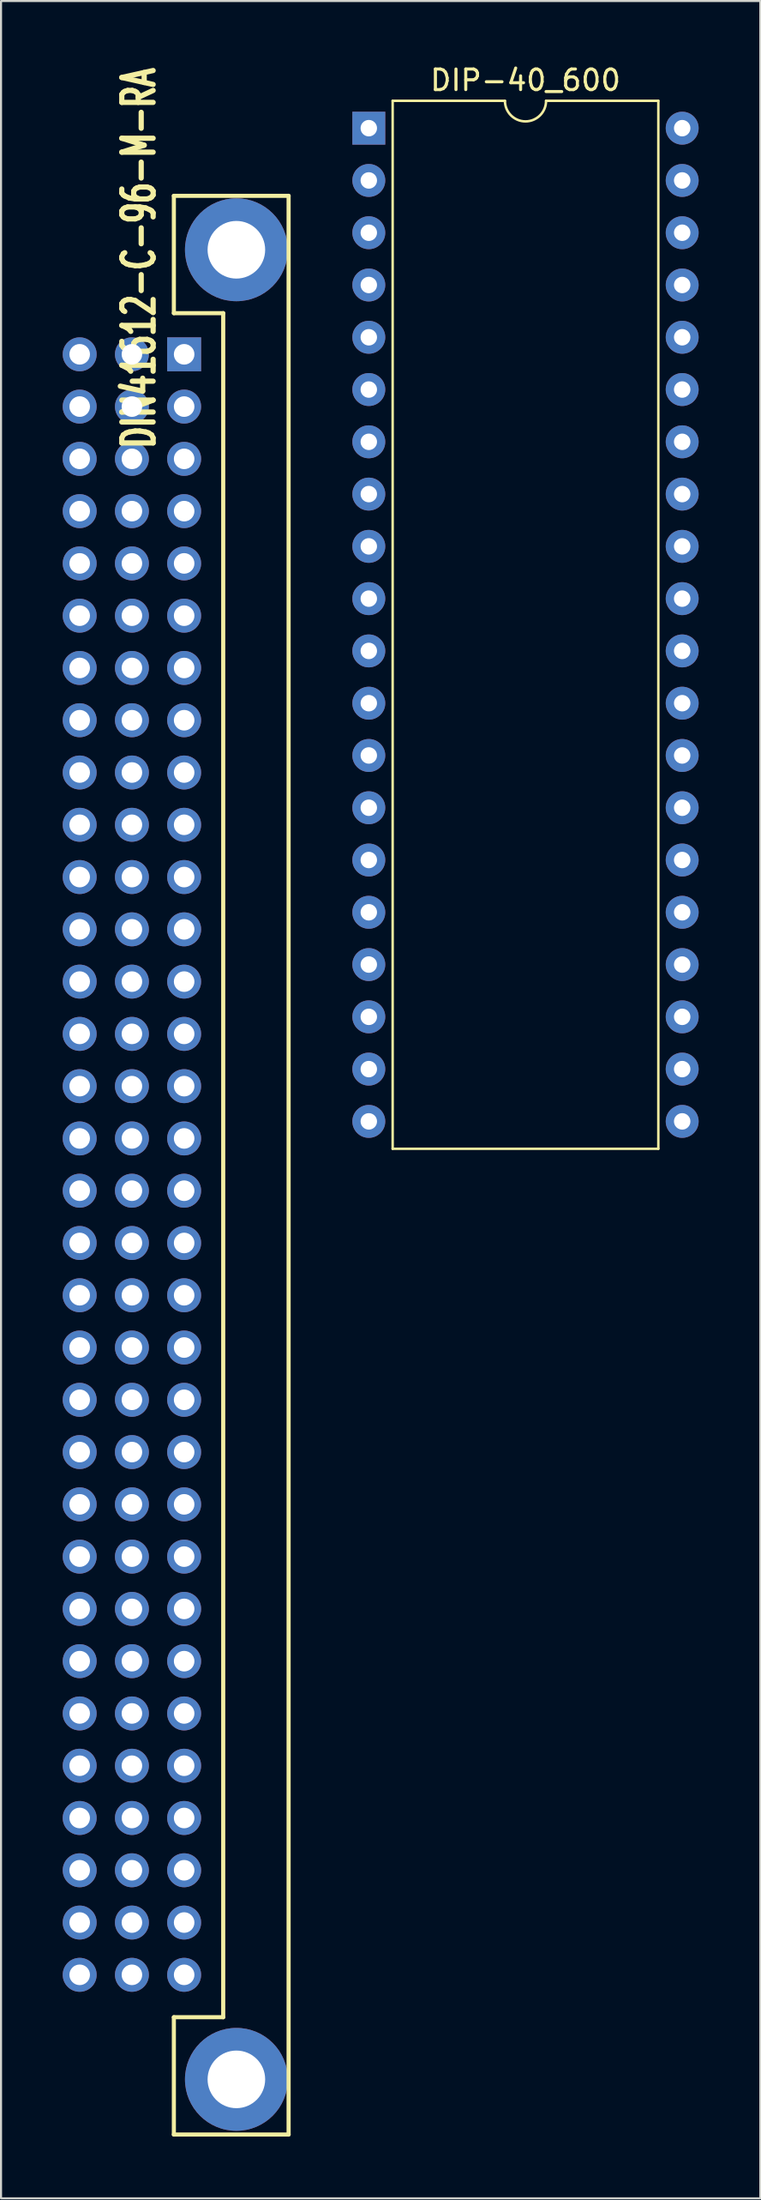
<source format=kicad_pcb>
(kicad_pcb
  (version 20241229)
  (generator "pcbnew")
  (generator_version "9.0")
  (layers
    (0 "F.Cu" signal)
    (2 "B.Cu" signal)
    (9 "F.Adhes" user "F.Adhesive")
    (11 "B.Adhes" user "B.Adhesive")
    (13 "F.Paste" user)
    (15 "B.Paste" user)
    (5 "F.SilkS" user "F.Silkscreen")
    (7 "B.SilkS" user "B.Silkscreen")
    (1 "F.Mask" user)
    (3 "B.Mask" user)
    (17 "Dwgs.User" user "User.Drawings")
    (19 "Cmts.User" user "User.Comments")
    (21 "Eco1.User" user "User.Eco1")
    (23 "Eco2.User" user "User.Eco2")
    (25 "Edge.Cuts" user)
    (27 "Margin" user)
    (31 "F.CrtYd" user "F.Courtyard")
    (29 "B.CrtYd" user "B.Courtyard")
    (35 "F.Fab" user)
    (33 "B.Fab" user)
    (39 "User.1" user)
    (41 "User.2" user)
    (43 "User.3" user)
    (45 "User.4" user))
  (footprint "DIN41612-C-96-M-RA"
    (layer "F.Cu")
    (at 5.905 14.166)
    (property "Reference" "DIN41612-C-96-M-RA" (at -2.2 -4.67 90) (layer "F.SilkS") (effects (font (size 1.524 1.016) (thickness 0.254))))
    (attr through_hole)
    (fp_line (start -0.5 -7.7) (end -0.5 -2) (stroke (width 0.2) (type solid)) (layer "F.SilkS"))
    (fp_line (start -0.5 -7.7) (end 5.08 -7.7) (stroke (width 0.2) (type solid)) (layer "F.SilkS"))
    (fp_line (start -0.5 -2) (end 1.9 -2) (stroke (width 0.2) (type solid)) (layer "F.SilkS"))
    (fp_line (start -0.5 80.8) (end -0.5 86.5) (stroke (width 0.2) (type solid)) (layer "F.SilkS"))
    (fp_line (start -0.5 80.8) (end 1.9 80.8) (stroke (width 0.2) (type solid)) (layer "F.SilkS"))
    (fp_line (start -0.5 86.5) (end 5.08 86.5) (stroke (width 0.2) (type solid)) (layer "F.SilkS"))
    (fp_line (start 1.9 -2) (end 1.9 80.8) (stroke (width 0.2) (type solid)) (layer "F.SilkS"))
    (fp_line (start 5.08 -7.7) (end 5.08 86.5) (stroke (width 0.2) (type solid)) (layer "F.SilkS"))
    (pad "33" thru_hole circle (at 2.54 -5.08 270) (size 5 5) (drill 2.8) (layers "*.Cu" "*.Mask"))
    (pad "34" thru_hole circle (at 2.54 83.82 270) (size 5 5) (drill 2.8) (layers "*.Cu" "*.Mask"))
    (pad "A1" thru_hole trapezoid (at 0 0) (size 1.65 1.65) (drill 1) (layers "*.Cu" "*.Mask"))
    (pad "A2" thru_hole circle (at 0 2.54 270) (size 1.65 1.65) (drill 1) (layers "*.Cu" "*.Mask"))
    (pad "A3" thru_hole circle (at 0 5.08 270) (size 1.65 1.65) (drill 1) (layers "*.Cu" "*.Mask"))
    (pad "A4" thru_hole circle (at 0 7.62 270) (size 1.65 1.65) (drill 1) (layers "*.Cu" "*.Mask"))
    (pad "A5" thru_hole circle (at 0 10.16 270) (size 1.65 1.65) (drill 1) (layers "*.Cu" "*.Mask"))
    (pad "A6" thru_hole circle (at 0 12.7 270) (size 1.65 1.65) (drill 1) (layers "*.Cu" "*.Mask"))
    (pad "A7" thru_hole circle (at 0 15.24 270) (size 1.65 1.65) (drill 1) (layers "*.Cu" "*.Mask"))
    (pad "A8" thru_hole circle (at 0 17.78 270) (size 1.65 1.65) (drill 1) (layers "*.Cu" "*.Mask"))
    (pad "A9" thru_hole circle (at 0 20.32 270) (size 1.65 1.65) (drill 1) (layers "*.Cu" "*.Mask"))
    (pad "A10" thru_hole circle (at 0 22.86 270) (size 1.65 1.65) (drill 1) (layers "*.Cu" "*.Mask"))
    (pad "A11" thru_hole circle (at 0 25.4 270) (size 1.65 1.65) (drill 1) (layers "*.Cu" "*.Mask"))
    (pad "A12" thru_hole circle (at 0 27.94 270) (size 1.65 1.65) (drill 1) (layers "*.Cu" "*.Mask"))
    (pad "A13" thru_hole circle (at 0 30.48 270) (size 1.65 1.65) (drill 1) (layers "*.Cu" "*.Mask"))
    (pad "A14" thru_hole circle (at 0 33.02 270) (size 1.65 1.65) (drill 1) (layers "*.Cu" "*.Mask"))
    (pad "A15" thru_hole circle (at 0 35.56 270) (size 1.65 1.65) (drill 1) (layers "*.Cu" "*.Mask"))
    (pad "A16" thru_hole circle (at 0 38.1 270) (size 1.65 1.65) (drill 1) (layers "*.Cu" "*.Mask"))
    (pad "A17" thru_hole circle (at 0 40.64 270) (size 1.65 1.65) (drill 1) (layers "*.Cu" "*.Mask"))
    (pad "A18" thru_hole circle (at 0 43.18 270) (size 1.65 1.65) (drill 1) (layers "*.Cu" "*.Mask"))
    (pad "A19" thru_hole circle (at 0 45.72 270) (size 1.65 1.65) (drill 1) (layers "*.Cu" "*.Mask"))
    (pad "A20" thru_hole circle (at 0 48.26 270) (size 1.65 1.65) (drill 1) (layers "*.Cu" "*.Mask"))
    (pad "A21" thru_hole circle (at 0 50.8 270) (size 1.65 1.65) (drill 1) (layers "*.Cu" "*.Mask"))
    (pad "A22" thru_hole circle (at 0 53.34 270) (size 1.65 1.65) (drill 1) (layers "*.Cu" "*.Mask"))
    (pad "A23" thru_hole circle (at 0 55.88 270) (size 1.65 1.65) (drill 1) (layers "*.Cu" "*.Mask"))
    (pad "A24" thru_hole circle (at 0 58.42 270) (size 1.65 1.65) (drill 1) (layers "*.Cu" "*.Mask"))
    (pad "A25" thru_hole circle (at 0 60.96 270) (size 1.65 1.65) (drill 1) (layers "*.Cu" "*.Mask"))
    (pad "A26" thru_hole circle (at 0 63.5 270) (size 1.65 1.65) (drill 1) (layers "*.Cu" "*.Mask"))
    (pad "A27" thru_hole circle (at 0 66.04 270) (size 1.65 1.65) (drill 1) (layers "*.Cu" "*.Mask"))
    (pad "A28" thru_hole circle (at 0 68.58 270) (size 1.65 1.65) (drill 1) (layers "*.Cu" "*.Mask"))
    (pad "A29" thru_hole circle (at 0 71.12 270) (size 1.65 1.65) (drill 1) (layers "*.Cu" "*.Mask"))
    (pad "A30" thru_hole circle (at 0 73.66 270) (size 1.65 1.65) (drill 1) (layers "*.Cu" "*.Mask"))
    (pad "A31" thru_hole circle (at 0 76.2 270) (size 1.65 1.65) (drill 1) (layers "*.Cu" "*.Mask"))
    (pad "A32" thru_hole circle (at 0 78.74 270) (size 1.65 1.65) (drill 1) (layers "*.Cu" "*.Mask"))
    (pad "B1" thru_hole circle (at -2.54 0 270) (size 1.65 1.65) (drill 1) (layers "*.Cu" "*.Mask"))
    (pad "B2" thru_hole circle (at -2.54 2.54 270) (size 1.65 1.65) (drill 1) (layers "*.Cu" "*.Mask"))
    (pad "B3" thru_hole circle (at -2.54 5.08 270) (size 1.65 1.65) (drill 1) (layers "*.Cu" "*.Mask"))
    (pad "B4" thru_hole circle (at -2.54 7.62 270) (size 1.65 1.65) (drill 1) (layers "*.Cu" "*.Mask"))
    (pad "B5" thru_hole circle (at -2.54 10.16 270) (size 1.65 1.65) (drill 1) (layers "*.Cu" "*.Mask"))
    (pad "B6" thru_hole circle (at -2.54 12.7 270) (size 1.65 1.65) (drill 1) (layers "*.Cu" "*.Mask"))
    (pad "B7" thru_hole circle (at -2.54 15.24 270) (size 1.65 1.65) (drill 1) (layers "*.Cu" "*.Mask"))
    (pad "B8" thru_hole circle (at -2.54 17.78 270) (size 1.65 1.65) (drill 1) (layers "*.Cu" "*.Mask"))
    (pad "B9" thru_hole circle (at -2.54 20.32 270) (size 1.65 1.65) (drill 1) (layers "*.Cu" "*.Mask"))
    (pad "B10" thru_hole circle (at -2.54 22.86 270) (size 1.65 1.65) (drill 1) (layers "*.Cu" "*.Mask"))
    (pad "B11" thru_hole circle (at -2.54 25.4 270) (size 1.65 1.65) (drill 1) (layers "*.Cu" "*.Mask"))
    (pad "B12" thru_hole circle (at -2.54 27.94 270) (size 1.65 1.65) (drill 1) (layers "*.Cu" "*.Mask"))
    (pad "B13" thru_hole circle (at -2.54 30.48 270) (size 1.65 1.65) (drill 1) (layers "*.Cu" "*.Mask"))
    (pad "B14" thru_hole circle (at -2.54 33.02 270) (size 1.65 1.65) (drill 1) (layers "*.Cu" "*.Mask"))
    (pad "B15" thru_hole circle (at -2.54 35.56 270) (size 1.65 1.65) (drill 1) (layers "*.Cu" "*.Mask"))
    (pad "B16" thru_hole circle (at -2.54 38.1 270) (size 1.651 1.651) (drill 1) (layers "*.Cu" "*.Mask"))
    (pad "B17" thru_hole circle (at -2.54 40.64 270) (size 1.65 1.65) (drill 1) (layers "*.Cu" "*.Mask"))
    (pad "B18" thru_hole circle (at -2.54 43.18 270) (size 1.65 1.65) (drill 1) (layers "*.Cu" "*.Mask"))
    (pad "B19" thru_hole circle (at -2.54 45.72 270) (size 1.65 1.65) (drill 1) (layers "*.Cu" "*.Mask"))
    (pad "B20" thru_hole circle (at -2.54 48.26 270) (size 1.65 1.65) (drill 1) (layers "*.Cu" "*.Mask"))
    (pad "B21" thru_hole circle (at -2.54 50.8 270) (size 1.65 1.65) (drill 1) (layers "*.Cu" "*.Mask"))
    (pad "B22" thru_hole circle (at -2.54 53.34 270) (size 1.65 1.65) (drill 1) (layers "*.Cu" "*.Mask"))
    (pad "B23" thru_hole circle (at -2.54 55.88 270) (size 1.65 1.65) (drill 1) (layers "*.Cu" "*.Mask"))
    (pad "B24" thru_hole circle (at -2.54 58.42 270) (size 1.65 1.65) (drill 1) (layers "*.Cu" "*.Mask"))
    (pad "B25" thru_hole circle (at -2.54 60.96 270) (size 1.65 1.65) (drill 1) (layers "*.Cu" "*.Mask"))
    (pad "B26" thru_hole circle (at -2.54 63.5 270) (size 1.65 1.65) (drill 1) (layers "*.Cu" "*.Mask"))
    (pad "B27" thru_hole circle (at -2.54 66.04 270) (size 1.65 1.65) (drill 1) (layers "*.Cu" "*.Mask"))
    (pad "B28" thru_hole circle (at -2.54 68.58 270) (size 1.65 1.65) (drill 1) (layers "*.Cu" "*.Mask"))
    (pad "B29" thru_hole circle (at -2.54 71.12 270) (size 1.65 1.65) (drill 1) (layers "*.Cu" "*.Mask"))
    (pad "B30" thru_hole circle (at -2.54 73.66 270) (size 1.65 1.65) (drill 1) (layers "*.Cu" "*.Mask"))
    (pad "B31" thru_hole circle (at -2.54 76.2 270) (size 1.65 1.65) (drill 1) (layers "*.Cu" "*.Mask"))
    (pad "B32" thru_hole circle (at -2.54 78.74 270) (size 1.65 1.65) (drill 1) (layers "*.Cu" "*.Mask"))
    (pad "C1" thru_hole circle (at -5.08 0 270) (size 1.65 1.65) (drill 1) (layers "*.Cu" "*.Mask"))
    (pad "C2" thru_hole circle (at -5.08 2.54 270) (size 1.65 1.65) (drill 1) (layers "*.Cu" "*.Mask"))
    (pad "C3" thru_hole circle (at -5.08 5.08 270) (size 1.65 1.65) (drill 1) (layers "*.Cu" "*.Mask"))
    (pad "C4" thru_hole circle (at -5.08 7.62 270) (size 1.65 1.65) (drill 1) (layers "*.Cu" "*.Mask"))
    (pad "C5" thru_hole circle (at -5.08 10.16 270) (size 1.65 1.65) (drill 1) (layers "*.Cu" "*.Mask"))
    (pad "C6" thru_hole circle (at -5.08 12.7 270) (size 1.65 1.65) (drill 1) (layers "*.Cu" "*.Mask"))
    (pad "C7" thru_hole circle (at -5.08 15.24 270) (size 1.65 1.65) (drill 1) (layers "*.Cu" "*.Mask"))
    (pad "C8" thru_hole circle (at -5.08 17.78 270) (size 1.65 1.65) (drill 1) (layers "*.Cu" "*.Mask"))
    (pad "C9" thru_hole circle (at -5.08 20.32 270) (size 1.65 1.65) (drill 1) (layers "*.Cu" "*.Mask"))
    (pad "C10" thru_hole circle (at -5.08 22.86 270) (size 1.65 1.65) (drill 1) (layers "*.Cu" "*.Mask"))
    (pad "C11" thru_hole circle (at -5.08 25.4 270) (size 1.65 1.65) (drill 1) (layers "*.Cu" "*.Mask"))
    (pad "C12" thru_hole circle (at -5.08 27.94 270) (size 1.65 1.65) (drill 1) (layers "*.Cu" "*.Mask"))
    (pad "C13" thru_hole circle (at -5.08 30.48 270) (size 1.65 1.65) (drill 1) (layers "*.Cu" "*.Mask"))
    (pad "C14" thru_hole circle (at -5.08 33.02 270) (size 1.65 1.65) (drill 1) (layers "*.Cu" "*.Mask"))
    (pad "C15" thru_hole circle (at -5.08 35.56 270) (size 1.65 1.65) (drill 1) (layers "*.Cu" "*.Mask"))
    (pad "C16" thru_hole circle (at -5.08 38.1 270) (size 1.65 1.65) (drill 1) (layers "*.Cu" "*.Mask"))
    (pad "C17" thru_hole circle (at -5.08 40.64 270) (size 1.65 1.65) (drill 1) (layers "*.Cu" "*.Mask"))
    (pad "C18" thru_hole circle (at -5.08 43.18 270) (size 1.65 1.65) (drill 1) (layers "*.Cu" "*.Mask"))
    (pad "C19" thru_hole circle (at -5.08 45.72 270) (size 1.65 1.65) (drill 1) (layers "*.Cu" "*.Mask"))
    (pad "C20" thru_hole circle (at -5.08 48.26 270) (size 1.65 1.65) (drill 1) (layers "*.Cu" "*.Mask"))
    (pad "C21" thru_hole circle (at -5.08 50.8 270) (size 1.65 1.65) (drill 1) (layers "*.Cu" "*.Mask"))
    (pad "C22" thru_hole circle (at -5.08 53.34 270) (size 1.65 1.65) (drill 1) (layers "*.Cu" "*.Mask"))
    (pad "C23" thru_hole circle (at -5.08 55.88 270) (size 1.65 1.65) (drill 1) (layers "*.Cu" "*.Mask"))
    (pad "C24" thru_hole circle (at -5.08 58.42 270) (size 1.65 1.65) (drill 1) (layers "*.Cu" "*.Mask"))
    (pad "C25" thru_hole circle (at -5.08 60.96 270) (size 1.65 1.65) (drill 1) (layers "*.Cu" "*.Mask"))
    (pad "C26" thru_hole circle (at -5.08 63.5 270) (size 1.65 1.65) (drill 1) (layers "*.Cu" "*.Mask"))
    (pad "C27" thru_hole circle (at -5.08 66.04 270) (size 1.65 1.65) (drill 1) (layers "*.Cu" "*.Mask"))
    (pad "C28" thru_hole circle (at -5.08 68.58 270) (size 1.65 1.65) (drill 1) (layers "*.Cu" "*.Mask"))
    (pad "C29" thru_hole circle (at -5.08 71.12 270) (size 1.65 1.65) (drill 1) (layers "*.Cu" "*.Mask"))
    (pad "C30" thru_hole circle (at -5.08 73.66 270) (size 1.65 1.65) (drill 1) (layers "*.Cu" "*.Mask"))
    (pad "C31" thru_hole circle (at -5.08 76.2 270) (size 1.65 1.65) (drill 1) (layers "*.Cu" "*.Mask"))
    (pad "C32" thru_hole circle (at -5.08 78.74 270) (size 1.65 1.65) (drill 1) (layers "*.Cu" "*.Mask")))
  (footprint "DIP-40_600"
    (layer "F.Cu")
    (at 14.885 3.178)
    (property "Reference" "DIP-40_600" (at 7.62 -2.33 0) (layer "F.SilkS") (effects (font (size 1 1) (thickness 0.15))))
    (attr through_hole)
    (fp_line (start 1.16 -1.33) (end 1.16 49.59) (stroke (width 0.12) (type solid)) (layer "F.SilkS"))
    (fp_line (start 1.16 49.59) (end 14.08 49.59) (stroke (width 0.12) (type solid)) (layer "F.SilkS"))
    (fp_line (start 6.62 -1.33) (end 1.16 -1.33) (stroke (width 0.12) (type solid)) (layer "F.SilkS"))
    (fp_line (start 14.08 -1.33) (end 8.62 -1.33) (stroke (width 0.12) (type solid)) (layer "F.SilkS"))
    (fp_line (start 14.08 49.59) (end 14.08 -1.33) (stroke (width 0.12) (type solid)) (layer "F.SilkS"))
    (fp_arc (start 8.62 -1.33) (mid 7.62 -0.33) (end 6.62 -1.33) (stroke (width 0.12) (type solid)) (layer "F.SilkS"))
    (pad "1" thru_hole rect (at 0 0) (size 1.6 1.6) (drill 0.8) (layers "*.Cu" "*.Mask"))
    (pad "2" thru_hole oval (at 0 2.54) (size 1.6 1.6) (drill 0.8) (layers "*.Cu" "*.Mask"))
    (pad "3" thru_hole oval (at 0 5.08) (size 1.6 1.6) (drill 0.8) (layers "*.Cu" "*.Mask"))
    (pad "4" thru_hole oval (at 0 7.62) (size 1.6 1.6) (drill 0.8) (layers "*.Cu" "*.Mask"))
    (pad "5" thru_hole oval (at 0 10.16) (size 1.6 1.6) (drill 0.8) (layers "*.Cu" "*.Mask"))
    (pad "6" thru_hole oval (at 0 12.7) (size 1.6 1.6) (drill 0.8) (layers "*.Cu" "*.Mask"))
    (pad "7" thru_hole oval (at 0 15.24) (size 1.6 1.6) (drill 0.8) (layers "*.Cu" "*.Mask"))
    (pad "8" thru_hole oval (at 0 17.78) (size 1.6 1.6) (drill 0.8) (layers "*.Cu" "*.Mask"))
    (pad "9" thru_hole oval (at 0 20.32) (size 1.6 1.6) (drill 0.8) (layers "*.Cu" "*.Mask"))
    (pad "10" thru_hole oval (at 0 22.86) (size 1.6 1.6) (drill 0.8) (layers "*.Cu" "*.Mask"))
    (pad "11" thru_hole oval (at 0 25.4) (size 1.6 1.6) (drill 0.8) (layers "*.Cu" "*.Mask"))
    (pad "12" thru_hole oval (at 0 27.94) (size 1.6 1.6) (drill 0.8) (layers "*.Cu" "*.Mask"))
    (pad "13" thru_hole oval (at 0 30.48) (size 1.6 1.6) (drill 0.8) (layers "*.Cu" "*.Mask"))
    (pad "14" thru_hole oval (at 0 33.02) (size 1.6 1.6) (drill 0.8) (layers "*.Cu" "*.Mask"))
    (pad "15" thru_hole oval (at 0 35.56) (size 1.6 1.6) (drill 0.8) (layers "*.Cu" "*.Mask"))
    (pad "16" thru_hole oval (at 0 38.1) (size 1.6 1.6) (drill 0.8) (layers "*.Cu" "*.Mask"))
    (pad "17" thru_hole oval (at 0 40.64) (size 1.6 1.6) (drill 0.8) (layers "*.Cu" "*.Mask"))
    (pad "18" thru_hole oval (at 0 43.18) (size 1.6 1.6) (drill 0.8) (layers "*.Cu" "*.Mask"))
    (pad "19" thru_hole oval (at 0 45.72) (size 1.6 1.6) (drill 0.8) (layers "*.Cu" "*.Mask"))
    (pad "20" thru_hole oval (at 0 48.26) (size 1.6 1.6) (drill 0.8) (layers "*.Cu" "*.Mask"))
    (pad "21" thru_hole oval (at 15.24 48.26) (size 1.6 1.6) (drill 0.8) (layers "*.Cu" "*.Mask"))
    (pad "22" thru_hole oval (at 15.24 45.72) (size 1.6 1.6) (drill 0.8) (layers "*.Cu" "*.Mask"))
    (pad "23" thru_hole oval (at 15.24 43.18) (size 1.6 1.6) (drill 0.8) (layers "*.Cu" "*.Mask"))
    (pad "24" thru_hole oval (at 15.24 40.64) (size 1.6 1.6) (drill 0.8) (layers "*.Cu" "*.Mask"))
    (pad "25" thru_hole oval (at 15.24 38.1) (size 1.6 1.6) (drill 0.8) (layers "*.Cu" "*.Mask"))
    (pad "26" thru_hole oval (at 15.24 35.56) (size 1.6 1.6) (drill 0.8) (layers "*.Cu" "*.Mask"))
    (pad "27" thru_hole oval (at 15.24 33.02) (size 1.6 1.6) (drill 0.8) (layers "*.Cu" "*.Mask"))
    (pad "28" thru_hole oval (at 15.24 30.48) (size 1.6 1.6) (drill 0.8) (layers "*.Cu" "*.Mask"))
    (pad "29" thru_hole oval (at 15.24 27.94) (size 1.6 1.6) (drill 0.8) (layers "*.Cu" "*.Mask"))
    (pad "30" thru_hole oval (at 15.24 25.4) (size 1.6 1.6) (drill 0.8) (layers "*.Cu" "*.Mask"))
    (pad "31" thru_hole oval (at 15.24 22.86) (size 1.6 1.6) (drill 0.8) (layers "*.Cu" "*.Mask"))
    (pad "32" thru_hole oval (at 15.24 20.32) (size 1.6 1.6) (drill 0.8) (layers "*.Cu" "*.Mask"))
    (pad "33" thru_hole oval (at 15.24 17.78) (size 1.6 1.6) (drill 0.8) (layers "*.Cu" "*.Mask"))
    (pad "34" thru_hole oval (at 15.24 15.24) (size 1.6 1.6) (drill 0.8) (layers "*.Cu" "*.Mask"))
    (pad "35" thru_hole oval (at 15.24 12.7) (size 1.6 1.6) (drill 0.8) (layers "*.Cu" "*.Mask"))
    (pad "36" thru_hole oval (at 15.24 10.16) (size 1.6 1.6) (drill 0.8) (layers "*.Cu" "*.Mask"))
    (pad "37" thru_hole oval (at 15.24 7.62) (size 1.6 1.6) (drill 0.8) (layers "*.Cu" "*.Mask"))
    (pad "38" thru_hole oval (at 15.24 5.08) (size 1.6 1.6) (drill 0.8) (layers "*.Cu" "*.Mask"))
    (pad "39" thru_hole oval (at 15.24 2.54) (size 1.6 1.6) (drill 0.8) (layers "*.Cu" "*.Mask"))
    (pad "40" thru_hole oval (at 15.24 0) (size 1.6 1.6) (drill 0.8) (layers "*.Cu" "*.Mask")))
  (gr_rect
    (start -3 -3)
    (end 33.925 103.766)
    (stroke (width 0.1) (type default))
    (fill no)
    (layer "Edge.Cuts")))
</source>
